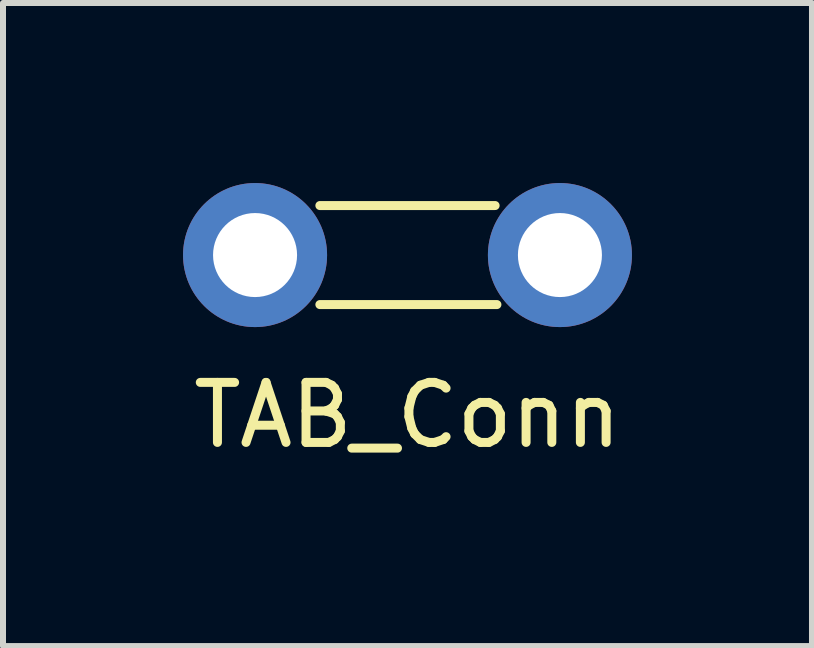
<source format=kicad_pcb>
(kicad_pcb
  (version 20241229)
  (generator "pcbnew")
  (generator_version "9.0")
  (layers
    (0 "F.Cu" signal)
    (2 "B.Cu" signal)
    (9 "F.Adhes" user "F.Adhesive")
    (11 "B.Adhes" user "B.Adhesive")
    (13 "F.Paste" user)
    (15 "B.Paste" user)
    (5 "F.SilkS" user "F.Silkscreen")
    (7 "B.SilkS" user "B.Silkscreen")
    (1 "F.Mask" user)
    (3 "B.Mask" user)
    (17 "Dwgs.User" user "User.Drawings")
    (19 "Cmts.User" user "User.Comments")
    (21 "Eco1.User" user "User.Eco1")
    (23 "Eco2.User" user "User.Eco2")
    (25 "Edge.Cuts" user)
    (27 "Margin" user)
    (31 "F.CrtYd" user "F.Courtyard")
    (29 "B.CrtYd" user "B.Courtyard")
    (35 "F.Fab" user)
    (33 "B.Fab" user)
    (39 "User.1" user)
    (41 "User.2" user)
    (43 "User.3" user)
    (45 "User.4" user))
  (footprint "TAB_Conn"
    (layer "F.Cu")
    (at 3.74 1.2)
    (property "Reference" "TAB_Conn" (at 0 2.667 0) (layer "F.SilkS") (effects (font (size 1 1) (thickness 0.15))))
    (attr through_hole)
    (fp_line (start -1.46 -0.825) (end 1.46 -0.825) (stroke (width 0.15) (type solid)) (layer "F.SilkS"))
    (fp_line (start -1.46 0.825) (end 1.49 0.825) (stroke (width 0.15) (type solid)) (layer "F.SilkS"))
    (pad "1" thru_hole circle (at -2.54 0) (size 2.4 2.4) (drill 1.4) (layers "*.Cu" "*.Mask"))
    (pad "1" thru_hole circle (at 2.54 0) (size 2.4 2.4) (drill 1.4) (layers "*.Cu" "*.Mask")))
  (gr_rect
    (start -3 -3)
    (end 10.48 7.715)
    (stroke (width 0.1) (type default))
    (fill no)
    (layer "Edge.Cuts")))
</source>
